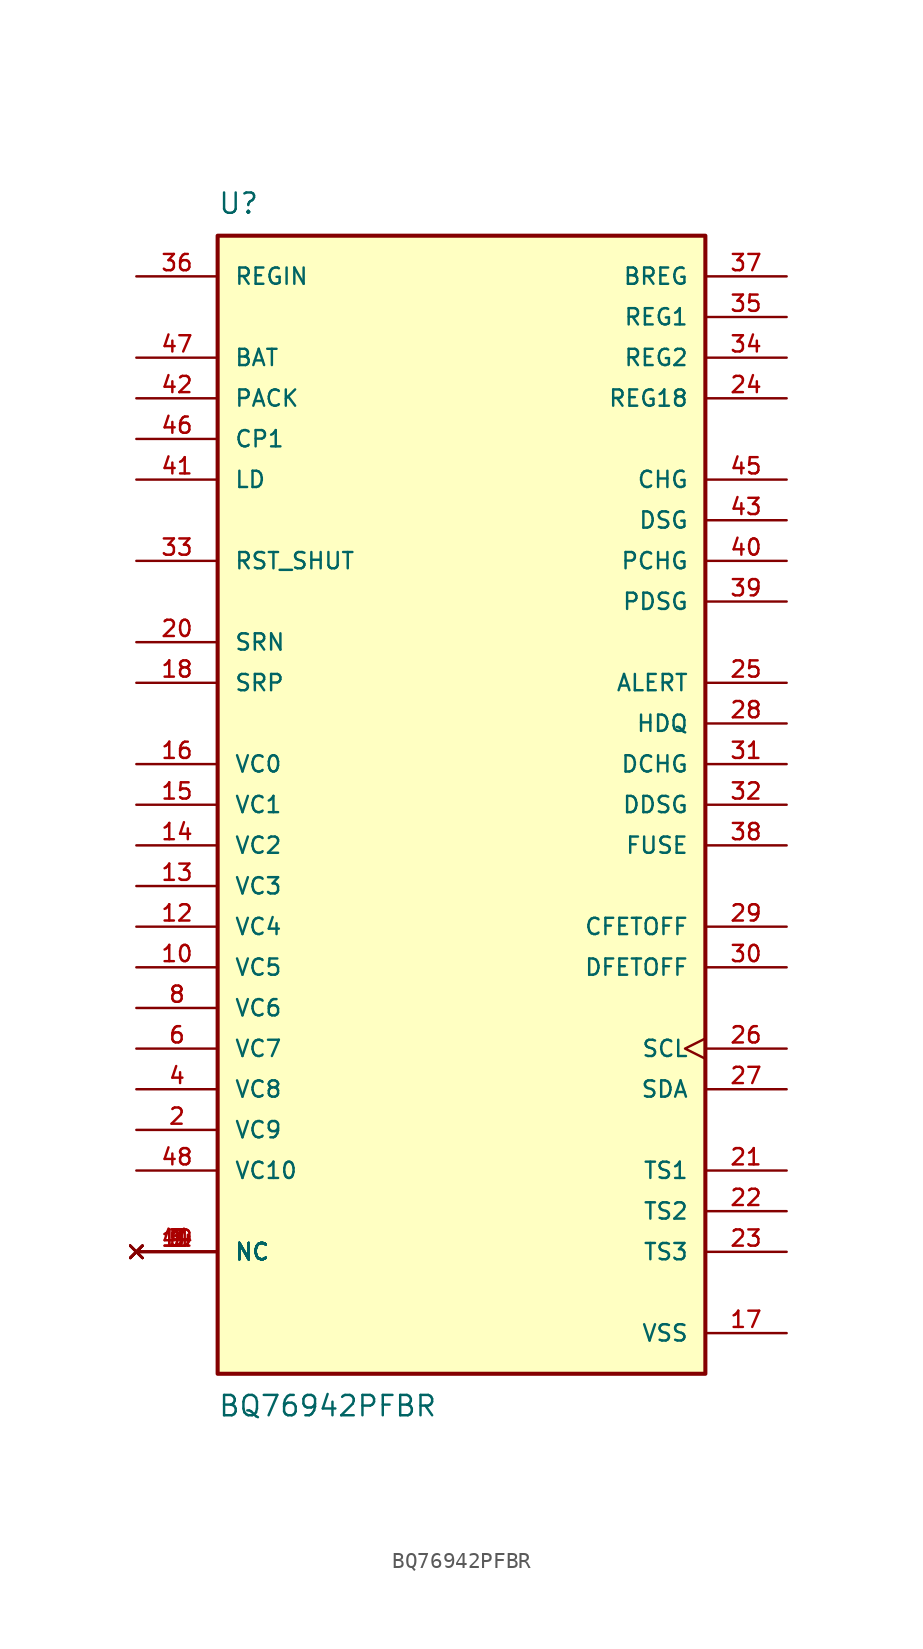
<source format=kicad_sym>
(kicad_symbol_lib
  (version 20211014)
  (generator kicad_symbol_editor)
  (symbol "BQ76942PFBR"
    (pin_names
      (offset 1.016))
    (property "Reference" "U"
      (at -15.24 36.83 0)
      (effects (font (size 1.27 1.27)) (justify bottom left)))
    (property "Value" "BQ76942PFBR"
      (at -15.24 -36.83 0)
      (effects (font (size 1.27 1.27)) (justify top left)))
    (symbol "BQ76942PFBR_0_0"
      (rectangle (start -15.24 -35.56) (end 15.24 35.56) (stroke (width 0.254)) (fill (type background)))
      (pin input line (at -20.32 27.94 0) (length 5.08) (name "BAT" (effects (font (size 1.016 1.016)))) (number "47" (effects (font (size 1.016 1.016)))))
      (pin input line (at -20.32 25.4 0) (length 5.08) (name "PACK" (effects (font (size 1.016 1.016)))) (number "42" (effects (font (size 1.016 1.016)))))
      (pin input line (at -20.32 33.02 0) (length 5.08) (name "REGIN" (effects (font (size 1.016 1.016)))) (number "36" (effects (font (size 1.016 1.016)))))
      (pin input line (at -20.32 15.24 0) (length 5.08) (name "RST_SHUT" (effects (font (size 1.016 1.016)))) (number "33" (effects (font (size 1.016 1.016)))))
      (pin input line (at -20.32 10.16 0) (length 5.08) (name "SRN" (effects (font (size 1.016 1.016)))) (number "20" (effects (font (size 1.016 1.016)))))
      (pin input line (at -20.32 7.62 0) (length 5.08) (name "SRP" (effects (font (size 1.016 1.016)))) (number "18" (effects (font (size 1.016 1.016)))))
      (pin input line (at -20.32 2.54 0) (length 5.08) (name "VC0" (effects (font (size 1.016 1.016)))) (number "16" (effects (font (size 1.016 1.016)))))
      (pin input line (at -20.32 0.0 0) (length 5.08) (name "VC1" (effects (font (size 1.016 1.016)))) (number "15" (effects (font (size 1.016 1.016)))))
      (pin input line (at -20.32 -22.86 0) (length 5.08) (name "VC10" (effects (font (size 1.016 1.016)))) (number "48" (effects (font (size 1.016 1.016)))))
      (pin input line (at -20.32 -2.54 0) (length 5.08) (name "VC2" (effects (font (size 1.016 1.016)))) (number "14" (effects (font (size 1.016 1.016)))))
      (pin input line (at -20.32 -5.08 0) (length 5.08) (name "VC3" (effects (font (size 1.016 1.016)))) (number "13" (effects (font (size 1.016 1.016)))))
      (pin input line (at -20.32 -7.62 0) (length 5.08) (name "VC4" (effects (font (size 1.016 1.016)))) (number "12" (effects (font (size 1.016 1.016)))))
      (pin input line (at -20.32 -10.16 0) (length 5.08) (name "VC5" (effects (font (size 1.016 1.016)))) (number "10" (effects (font (size 1.016 1.016)))))
      (pin input line (at -20.32 -12.7 0) (length 5.08) (name "VC6" (effects (font (size 1.016 1.016)))) (number "8" (effects (font (size 1.016 1.016)))))
      (pin input line (at -20.32 -15.24 0) (length 5.08) (name "VC7" (effects (font (size 1.016 1.016)))) (number "6" (effects (font (size 1.016 1.016)))))
      (pin input line (at -20.32 -17.78 0) (length 5.08) (name "VC8" (effects (font (size 1.016 1.016)))) (number "4" (effects (font (size 1.016 1.016)))))
      (pin input line (at -20.32 -20.32 0) (length 5.08) (name "VC9" (effects (font (size 1.016 1.016)))) (number "2" (effects (font (size 1.016 1.016)))))
      (pin bidirectional line (at 20.32 7.62 180.0) (length 5.08) (name "ALERT" (effects (font (size 1.016 1.016)))) (number "25" (effects (font (size 1.016 1.016)))))
      (pin bidirectional line (at 20.32 -7.62 180.0) (length 5.08) (name "CFETOFF" (effects (font (size 1.016 1.016)))) (number "29" (effects (font (size 1.016 1.016)))))
      (pin bidirectional line (at -20.32 22.86 0) (length 5.08) (name "CP1" (effects (font (size 1.016 1.016)))) (number "46" (effects (font (size 1.016 1.016)))))
      (pin bidirectional line (at 20.32 2.54 180.0) (length 5.08) (name "DCHG" (effects (font (size 1.016 1.016)))) (number "31" (effects (font (size 1.016 1.016)))))
      (pin bidirectional line (at 20.32 0.0 180.0) (length 5.08) (name "DDSG" (effects (font (size 1.016 1.016)))) (number "32" (effects (font (size 1.016 1.016)))))
      (pin bidirectional line (at 20.32 -10.16 180.0) (length 5.08) (name "DFETOFF" (effects (font (size 1.016 1.016)))) (number "30" (effects (font (size 1.016 1.016)))))
      (pin bidirectional line (at 20.32 -2.54 180.0) (length 5.08) (name "FUSE" (effects (font (size 1.016 1.016)))) (number "38" (effects (font (size 1.016 1.016)))))
      (pin output line (at 20.32 33.02 180.0) (length 5.08) (name "BREG" (effects (font (size 1.016 1.016)))) (number "37" (effects (font (size 1.016 1.016)))))
      (pin output line (at 20.32 20.32 180.0) (length 5.08) (name "CHG" (effects (font (size 1.016 1.016)))) (number "45" (effects (font (size 1.016 1.016)))))
      (pin output line (at 20.32 17.78 180.0) (length 5.08) (name "DSG" (effects (font (size 1.016 1.016)))) (number "43" (effects (font (size 1.016 1.016)))))
      (pin output line (at 20.32 15.24 180.0) (length 5.08) (name "PCHG" (effects (font (size 1.016 1.016)))) (number "40" (effects (font (size 1.016 1.016)))))
      (pin output line (at 20.32 12.7 180.0) (length 5.08) (name "PDSG" (effects (font (size 1.016 1.016)))) (number "39" (effects (font (size 1.016 1.016)))))
      (pin output line (at 20.32 30.48 180.0) (length 5.08) (name "REG1" (effects (font (size 1.016 1.016)))) (number "35" (effects (font (size 1.016 1.016)))))
      (pin output line (at 20.32 25.4 180.0) (length 5.08) (name "REG18" (effects (font (size 1.016 1.016)))) (number "24" (effects (font (size 1.016 1.016)))))
      (pin output line (at 20.32 27.94 180.0) (length 5.08) (name "REG2" (effects (font (size 1.016 1.016)))) (number "34" (effects (font (size 1.016 1.016)))))
      (pin bidirectional line (at 20.32 5.08 180.0) (length 5.08) (name "HDQ" (effects (font (size 1.016 1.016)))) (number "28" (effects (font (size 1.016 1.016)))))
      (pin bidirectional line (at -20.32 20.32 0) (length 5.08) (name "LD" (effects (font (size 1.016 1.016)))) (number "41" (effects (font (size 1.016 1.016)))))
      (pin bidirectional clock (at 20.32 -15.24 180.0) (length 5.08) (name "SCL" (effects (font (size 1.016 1.016)))) (number "26" (effects (font (size 1.016 1.016)))))
      (pin bidirectional line (at 20.32 -17.78 180.0) (length 5.08) (name "SDA" (effects (font (size 1.016 1.016)))) (number "27" (effects (font (size 1.016 1.016)))))
      (pin bidirectional line (at 20.32 -22.86 180.0) (length 5.08) (name "TS1" (effects (font (size 1.016 1.016)))) (number "21" (effects (font (size 1.016 1.016)))))
      (pin bidirectional line (at 20.32 -25.4 180.0) (length 5.08) (name "TS2" (effects (font (size 1.016 1.016)))) (number "22" (effects (font (size 1.016 1.016)))))
      (pin bidirectional line (at 20.32 -27.94 180.0) (length 5.08) (name "TS3" (effects (font (size 1.016 1.016)))) (number "23" (effects (font (size 1.016 1.016)))))
      (pin no_connect line (at -20.32 -27.94 0) (length 5.08) (name "NC" (effects (font (size 1.016 1.016)))) (number "1" (effects (font (size 1.016 1.016)))))
      (pin no_connect line (at -20.32 -27.94 0) (length 5.08) (name "NC" (effects (font (size 1.016 1.016)))) (number "3" (effects (font (size 1.016 1.016)))))
      (pin no_connect line (at -20.32 -27.94 0) (length 5.08) (name "NC" (effects (font (size 1.016 1.016)))) (number "5" (effects (font (size 1.016 1.016)))))
      (pin no_connect line (at -20.32 -27.94 0) (length 5.08) (name "NC" (effects (font (size 1.016 1.016)))) (number "7" (effects (font (size 1.016 1.016)))))
      (pin no_connect line (at -20.32 -27.94 0) (length 5.08) (name "NC" (effects (font (size 1.016 1.016)))) (number "9" (effects (font (size 1.016 1.016)))))
      (pin no_connect line (at -20.32 -27.94 0) (length 5.08) (name "NC" (effects (font (size 1.016 1.016)))) (number "11" (effects (font (size 1.016 1.016)))))
      (pin no_connect line (at -20.32 -27.94 0) (length 5.08) (name "NC" (effects (font (size 1.016 1.016)))) (number "19" (effects (font (size 1.016 1.016)))))
      (pin no_connect line (at -20.32 -27.94 0) (length 5.08) (name "NC" (effects (font (size 1.016 1.016)))) (number "44" (effects (font (size 1.016 1.016)))))
      (pin power_in line (at 20.32 -33.02 180.0) (length 5.08) (name "VSS" (effects (font (size 1.016 1.016)))) (number "17" (effects (font (size 1.016 1.016))))))))
</source>
